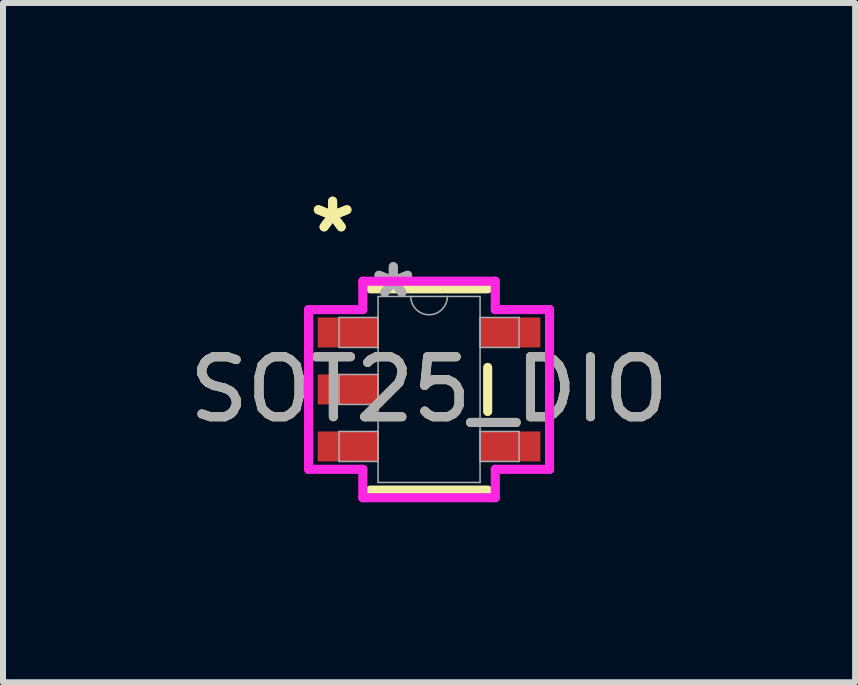
<source format=kicad_pcb>
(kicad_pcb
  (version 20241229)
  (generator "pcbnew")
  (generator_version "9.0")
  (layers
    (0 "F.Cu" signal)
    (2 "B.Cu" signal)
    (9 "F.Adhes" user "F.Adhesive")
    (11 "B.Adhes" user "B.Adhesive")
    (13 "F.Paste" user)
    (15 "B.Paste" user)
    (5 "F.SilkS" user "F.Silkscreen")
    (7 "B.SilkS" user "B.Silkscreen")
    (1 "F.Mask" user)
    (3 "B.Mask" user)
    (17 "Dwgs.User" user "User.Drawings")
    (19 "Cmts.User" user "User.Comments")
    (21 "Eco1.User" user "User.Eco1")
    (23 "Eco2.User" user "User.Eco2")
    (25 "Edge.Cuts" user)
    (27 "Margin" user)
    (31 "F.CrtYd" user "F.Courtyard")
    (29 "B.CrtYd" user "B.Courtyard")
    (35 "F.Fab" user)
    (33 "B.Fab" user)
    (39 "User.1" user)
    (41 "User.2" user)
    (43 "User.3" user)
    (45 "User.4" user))
  (footprint "SOT25_DIO"
    (layer "F.Cu")
    (at 4.101 3.441)
    (property "Reference" "SOT25_DIO" (at 0 0 0) (unlocked yes) (layer "F.SilkS") (effects (font (size 1 1) (thickness 0.15))))
    (attr smd)
    (fp_line (start -0.977 1.677) (end 0.977 1.677) (stroke (width 0.152) (type solid)) (layer "F.SilkS"))
    (fp_line (start 0.977 -1.677) (end -0.977 -1.677) (stroke (width 0.152) (type solid)) (layer "F.SilkS"))
    (fp_line (start 0.977 0.367) (end 0.977 -0.367) (stroke (width 0.152) (type solid)) (layer "F.SilkS"))
    (fp_line (start -2.008 -1.331) (end -1.104 -1.331) (stroke (width 0.152) (type solid)) (layer "F.CrtYd"))
    (fp_line (start -2.008 1.331) (end -2.008 -1.331) (stroke (width 0.152) (type solid)) (layer "F.CrtYd"))
    (fp_line (start -1.104 -1.804) (end 1.104 -1.804) (stroke (width 0.152) (type solid)) (layer "F.CrtYd"))
    (fp_line (start -1.104 -1.331) (end -1.104 -1.804) (stroke (width 0.152) (type solid)) (layer "F.CrtYd"))
    (fp_line (start -1.104 1.331) (end -2.008 1.331) (stroke (width 0.152) (type solid)) (layer "F.CrtYd"))
    (fp_line (start -1.104 1.804) (end -1.104 1.331) (stroke (width 0.152) (type solid)) (layer "F.CrtYd"))
    (fp_line (start 1.104 -1.804) (end 1.104 -1.331) (stroke (width 0.152) (type solid)) (layer "F.CrtYd"))
    (fp_line (start 1.104 -1.331) (end 2.008 -1.331) (stroke (width 0.152) (type solid)) (layer "F.CrtYd"))
    (fp_line (start 1.104 1.331) (end 1.104 1.804) (stroke (width 0.152) (type solid)) (layer "F.CrtYd"))
    (fp_line (start 1.104 1.804) (end -1.104 1.804) (stroke (width 0.152) (type solid)) (layer "F.CrtYd"))
    (fp_line (start 2.008 -1.331) (end 2.008 1.331) (stroke (width 0.152) (type solid)) (layer "F.CrtYd"))
    (fp_line (start 2.008 1.331) (end 1.104 1.331) (stroke (width 0.152) (type solid)) (layer "F.CrtYd"))
    (fp_line (start -1.5 -1.2) (end -1.5 -0.7) (stroke (width 0.025) (type solid)) (layer "F.Fab"))
    (fp_line (start -1.5 -0.7) (end -0.85 -0.7) (stroke (width 0.025) (type solid)) (layer "F.Fab"))
    (fp_line (start -1.5 -0.25) (end -1.5 0.25) (stroke (width 0.025) (type solid)) (layer "F.Fab"))
    (fp_line (start -1.5 0.25) (end -0.85 0.25) (stroke (width 0.025) (type solid)) (layer "F.Fab"))
    (fp_line (start -1.5 0.7) (end -1.5 1.2) (stroke (width 0.025) (type solid)) (layer "F.Fab"))
    (fp_line (start -1.5 1.2) (end -0.85 1.2) (stroke (width 0.025) (type solid)) (layer "F.Fab"))
    (fp_line (start -0.85 -1.55) (end -0.85 1.55) (stroke (width 0.025) (type solid)) (layer "F.Fab"))
    (fp_line (start -0.85 -1.2) (end -1.5 -1.2) (stroke (width 0.025) (type solid)) (layer "F.Fab"))
    (fp_line (start -0.85 -0.7) (end -0.85 -1.2) (stroke (width 0.025) (type solid)) (layer "F.Fab"))
    (fp_line (start -0.85 -0.25) (end -1.5 -0.25) (stroke (width 0.025) (type solid)) (layer "F.Fab"))
    (fp_line (start -0.85 0.25) (end -0.85 -0.25) (stroke (width 0.025) (type solid)) (layer "F.Fab"))
    (fp_line (start -0.85 0.7) (end -1.5 0.7) (stroke (width 0.025) (type solid)) (layer "F.Fab"))
    (fp_line (start -0.85 1.2) (end -0.85 0.7) (stroke (width 0.025) (type solid)) (layer "F.Fab"))
    (fp_line (start -0.85 1.55) (end 0.85 1.55) (stroke (width 0.025) (type solid)) (layer "F.Fab"))
    (fp_line (start 0.85 -1.55) (end -0.85 -1.55) (stroke (width 0.025) (type solid)) (layer "F.Fab"))
    (fp_line (start 0.85 -1.2) (end 0.85 -0.7) (stroke (width 0.025) (type solid)) (layer "F.Fab"))
    (fp_line (start 0.85 -0.7) (end 1.5 -0.7) (stroke (width 0.025) (type solid)) (layer "F.Fab"))
    (fp_line (start 0.85 0.7) (end 0.85 1.2) (stroke (width 0.025) (type solid)) (layer "F.Fab"))
    (fp_line (start 0.85 1.2) (end 1.5 1.2) (stroke (width 0.025) (type solid)) (layer "F.Fab"))
    (fp_line (start 0.85 1.55) (end 0.85 -1.55) (stroke (width 0.025) (type solid)) (layer "F.Fab"))
    (fp_line (start 1.5 -1.2) (end 0.85 -1.2) (stroke (width 0.025) (type solid)) (layer "F.Fab"))
    (fp_line (start 1.5 -0.7) (end 1.5 -1.2) (stroke (width 0.025) (type solid)) (layer "F.Fab"))
    (fp_line (start 1.5 0.7) (end 0.85 0.7) (stroke (width 0.025) (type solid)) (layer "F.Fab"))
    (fp_line (start 1.5 1.2) (end 1.5 0.7) (stroke (width 0.025) (type solid)) (layer "F.Fab"))
    (fp_arc (start 0.3048 -1.549999) (mid 0 -1.245199) (end -0.3048 -1.549999) (stroke (width 0.0254) (type solid)) (layer "F.Fab"))
    (fp_text user "*" (at -1.607 -2.593 0) (layer "F.SilkS") (effects (font (size 1 1) (thickness 0.15))))
    (fp_text user "*" (at -1.607 -2.593 0) (unlocked yes) (layer "F.SilkS") (effects (font (size 1 1) (thickness 0.15))))
    (fp_text user "${REFERENCE}" (at 0 0 0) (unlocked yes) (layer "F.Fab") (effects (font (size 1 1) (thickness 0.15))))
    (fp_text user "*" (at -0.596 -1.501 0) (unlocked yes) (layer "F.Fab") (effects (font (size 1 1) (thickness 0.15))))
    (fp_text user "*" (at -0.596 -1.501 0) (layer "F.Fab") (effects (font (size 1 1) (thickness 0.15))))
    (pad "1" smd rect (at -1.353 -0.95) (size 1.006 0.5) (layers "F.Cu" "F.Mask" "F.Paste"))
    (pad "2" smd rect (at -1.353 0) (size 1.006 0.5) (layers "F.Cu" "F.Mask" "F.Paste"))
    (pad "3" smd rect (at -1.353 0.95) (size 1.006 0.5) (layers "F.Cu" "F.Mask" "F.Paste"))
    (pad "4" smd rect (at 1.353 0.95) (size 1.006 0.5) (layers "F.Cu" "F.Mask" "F.Paste"))
    (pad "5" smd rect (at 1.353 -0.95) (size 1.006 0.5) (layers "F.Cu" "F.Mask" "F.Paste")))
  (gr_rect
    (start -3 -3)
    (end 11.202 8.321)
    (stroke (width 0.1) (type default))
    (fill no)
    (layer "Edge.Cuts")))
</source>
